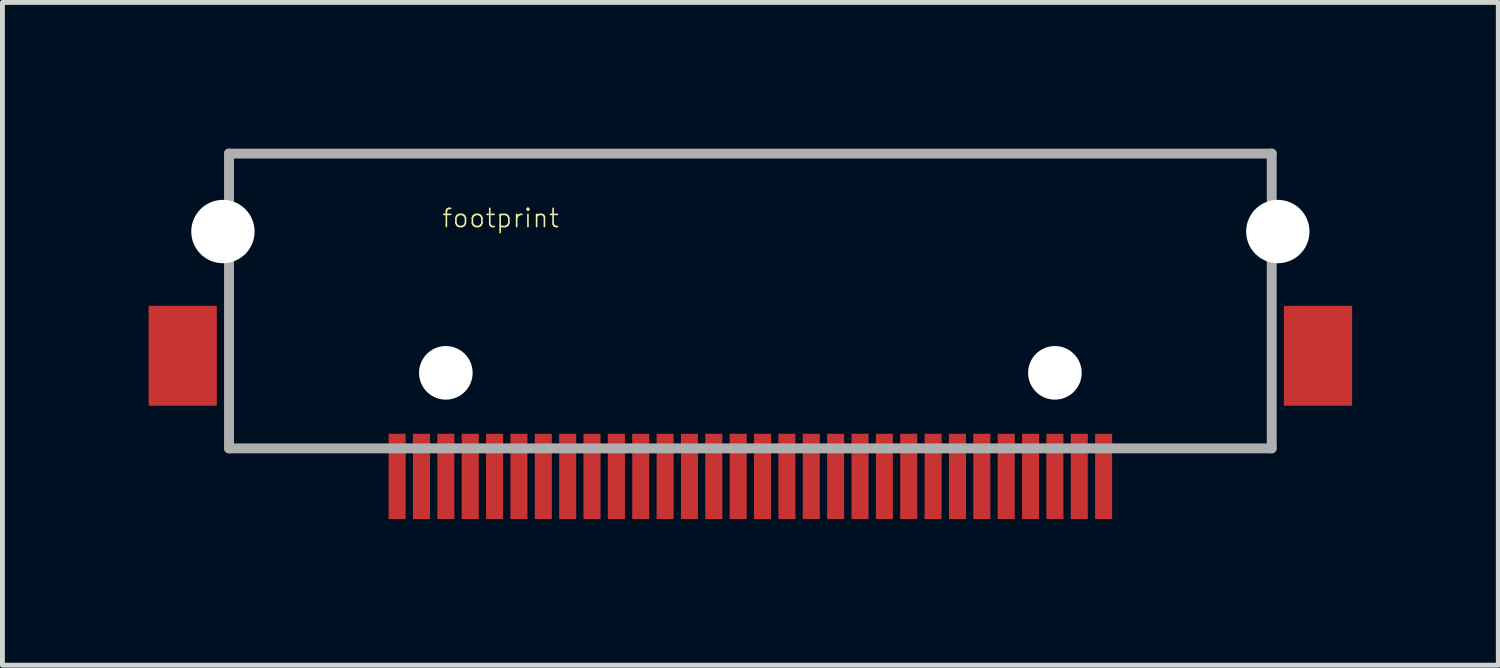
<source format=kicad_pcb>
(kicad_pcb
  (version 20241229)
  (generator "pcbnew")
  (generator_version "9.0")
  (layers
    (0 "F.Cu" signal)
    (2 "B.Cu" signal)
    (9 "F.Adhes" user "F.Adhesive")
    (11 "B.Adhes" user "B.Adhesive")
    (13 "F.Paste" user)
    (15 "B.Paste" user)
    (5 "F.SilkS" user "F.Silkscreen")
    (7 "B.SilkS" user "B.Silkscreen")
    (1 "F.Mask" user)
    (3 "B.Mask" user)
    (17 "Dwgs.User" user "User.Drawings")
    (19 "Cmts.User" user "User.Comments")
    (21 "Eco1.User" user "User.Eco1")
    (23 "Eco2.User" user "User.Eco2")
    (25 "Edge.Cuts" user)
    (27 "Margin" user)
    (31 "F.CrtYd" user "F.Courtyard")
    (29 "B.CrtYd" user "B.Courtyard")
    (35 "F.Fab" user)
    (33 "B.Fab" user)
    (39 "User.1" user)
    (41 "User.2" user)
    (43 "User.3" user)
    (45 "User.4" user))
  (footprint "footprint"
    (layer "F.Cu")
    (at 12.35 6.727)
    (property "Reference" "footprint" (at -6.35 -5.08 0) (layer "F.SilkS") (effects (font (size 0.374 0.374) (thickness 0.033)) (justify left bottom)))
    (fp_line (start -10.7 -6.625) (end 10.7 -6.625) (stroke (width 0.203) (type solid)) (layer "F.Fab"))
    (fp_line (start -10.7 -0.575) (end -10.7 -6.625) (stroke (width 0.203) (type solid)) (layer "F.Fab"))
    (fp_line (start 10.7 -6.625) (end 10.7 -0.575) (stroke (width 0.203) (type solid)) (layer "F.Fab"))
    (fp_line (start 10.7 -0.575) (end -10.7 -0.575) (stroke (width 0.203) (type solid)) (layer "F.Fab"))
    (pad "" np_thru_hole circle (at -10.825 -5.025) (size 1.3 1.3) (drill 1.3) (layers "*.Cu" "*.Mask"))
    (pad "" np_thru_hole circle (at -6.25 -2.125) (size 1.1 1.1) (drill 1.1) (layers "*.Cu" "*.Mask"))
    (pad "" np_thru_hole circle (at 6.25 -2.125) (size 1.1 1.1) (drill 1.1) (layers "*.Cu" "*.Mask"))
    (pad "" np_thru_hole circle (at 10.825 -5.025) (size 1.3 1.3) (drill 1.3) (layers "*.Cu" "*.Mask"))
    (pad "1" smd rect (at -7.25 0 180) (size 0.35 1.75) (layers "F.Cu" "F.Mask" "F.Paste"))
    (pad "2" smd rect (at -6.75 0 180) (size 0.35 1.75) (layers "F.Cu" "F.Mask" "F.Paste"))
    (pad "3" smd rect (at -6.25 0 180) (size 0.35 1.75) (layers "F.Cu" "F.Mask" "F.Paste"))
    (pad "4" smd rect (at -5.75 0 180) (size 0.35 1.75) (layers "F.Cu" "F.Mask" "F.Paste"))
    (pad "5" smd rect (at -5.25 0 180) (size 0.35 1.75) (layers "F.Cu" "F.Mask" "F.Paste"))
    (pad "6" smd rect (at -4.75 0 180) (size 0.35 1.75) (layers "F.Cu" "F.Mask" "F.Paste"))
    (pad "7" smd rect (at -4.25 0 180) (size 0.35 1.75) (layers "F.Cu" "F.Mask" "F.Paste"))
    (pad "8" smd rect (at -3.75 0 180) (size 0.35 1.75) (layers "F.Cu" "F.Mask" "F.Paste"))
    (pad "9" smd rect (at -3.25 0 180) (size 0.35 1.75) (layers "F.Cu" "F.Mask" "F.Paste"))
    (pad "10" smd rect (at -2.75 0 180) (size 0.35 1.75) (layers "F.Cu" "F.Mask" "F.Paste"))
    (pad "11" smd rect (at -2.25 0 180) (size 0.35 1.75) (layers "F.Cu" "F.Mask" "F.Paste"))
    (pad "12" smd rect (at -1.75 0 180) (size 0.35 1.75) (layers "F.Cu" "F.Mask" "F.Paste"))
    (pad "13" smd rect (at -1.25 0 180) (size 0.35 1.75) (layers "F.Cu" "F.Mask" "F.Paste"))
    (pad "14" smd rect (at -0.75 0 180) (size 0.35 1.75) (layers "F.Cu" "F.Mask" "F.Paste"))
    (pad "15" smd rect (at -0.25 0 180) (size 0.35 1.75) (layers "F.Cu" "F.Mask" "F.Paste"))
    (pad "16" smd rect (at 0.25 0 180) (size 0.35 1.75) (layers "F.Cu" "F.Mask" "F.Paste"))
    (pad "17" smd rect (at 0.75 0 180) (size 0.35 1.75) (layers "F.Cu" "F.Mask" "F.Paste"))
    (pad "18" smd rect (at 1.25 0 180) (size 0.35 1.75) (layers "F.Cu" "F.Mask" "F.Paste"))
    (pad "19" smd rect (at 1.75 0 180) (size 0.35 1.75) (layers "F.Cu" "F.Mask" "F.Paste"))
    (pad "20" smd rect (at 2.25 0 180) (size 0.35 1.75) (layers "F.Cu" "F.Mask" "F.Paste"))
    (pad "21" smd rect (at 2.75 0 180) (size 0.35 1.75) (layers "F.Cu" "F.Mask" "F.Paste"))
    (pad "22" smd rect (at 3.25 0 180) (size 0.35 1.75) (layers "F.Cu" "F.Mask" "F.Paste"))
    (pad "23" smd rect (at 3.75 0 180) (size 0.35 1.75) (layers "F.Cu" "F.Mask" "F.Paste"))
    (pad "24" smd rect (at 4.25 0 180) (size 0.35 1.75) (layers "F.Cu" "F.Mask" "F.Paste"))
    (pad "25" smd rect (at 4.75 0 180) (size 0.35 1.75) (layers "F.Cu" "F.Mask" "F.Paste"))
    (pad "26" smd rect (at 5.25 0 180) (size 0.35 1.75) (layers "F.Cu" "F.Mask" "F.Paste"))
    (pad "27" smd rect (at 5.75 0 180) (size 0.35 1.75) (layers "F.Cu" "F.Mask" "F.Paste"))
    (pad "28" smd rect (at 6.25 0 180) (size 0.35 1.75) (layers "F.Cu" "F.Mask" "F.Paste"))
    (pad "29" smd rect (at 6.75 0 180) (size 0.35 1.75) (layers "F.Cu" "F.Mask" "F.Paste"))
    (pad "30" smd rect (at 7.25 0 180) (size 0.35 1.75) (layers "F.Cu" "F.Mask" "F.Paste"))
    (pad "31" smd rect (at -11.65 -2.475) (size 1.4 2.05) (layers "F.Cu" "F.Mask" "F.Paste"))
    (pad "32" smd rect (at 11.65 -2.475) (size 1.4 2.05) (layers "F.Cu" "F.Mask" "F.Paste")))
  (gr_rect
    (start -3 -3)
    (end 27.7 10.602)
    (stroke (width 0.1) (type default))
    (fill no)
    (layer "Edge.Cuts")))
</source>
